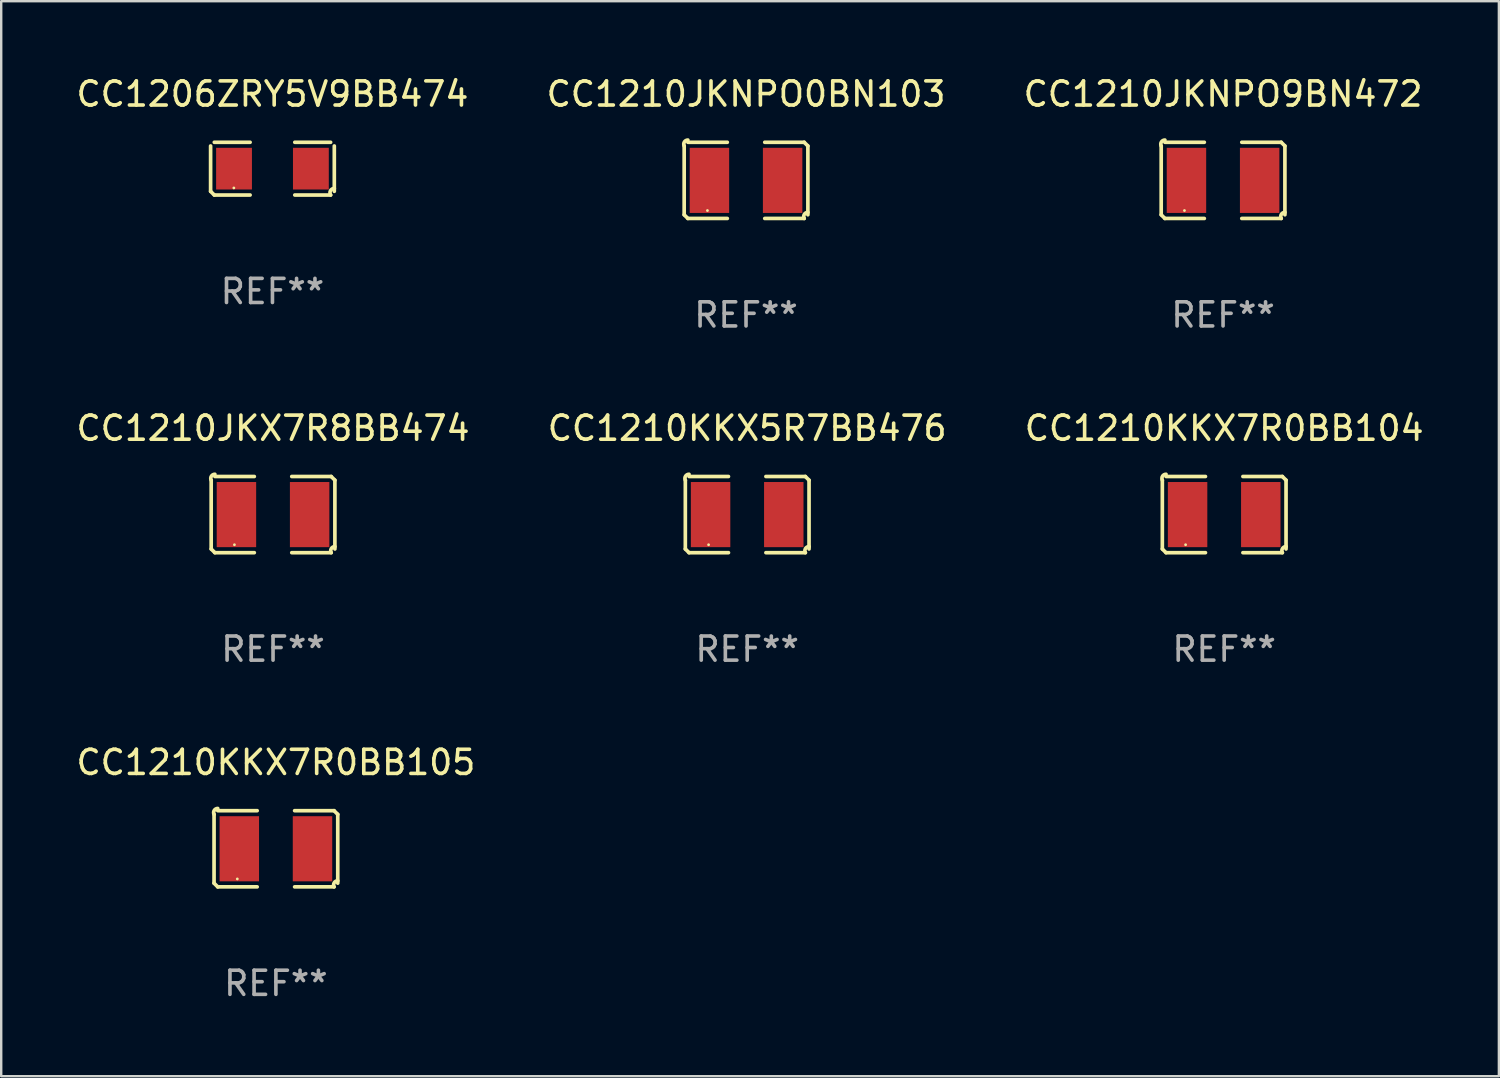
<source format=kicad_pcb>
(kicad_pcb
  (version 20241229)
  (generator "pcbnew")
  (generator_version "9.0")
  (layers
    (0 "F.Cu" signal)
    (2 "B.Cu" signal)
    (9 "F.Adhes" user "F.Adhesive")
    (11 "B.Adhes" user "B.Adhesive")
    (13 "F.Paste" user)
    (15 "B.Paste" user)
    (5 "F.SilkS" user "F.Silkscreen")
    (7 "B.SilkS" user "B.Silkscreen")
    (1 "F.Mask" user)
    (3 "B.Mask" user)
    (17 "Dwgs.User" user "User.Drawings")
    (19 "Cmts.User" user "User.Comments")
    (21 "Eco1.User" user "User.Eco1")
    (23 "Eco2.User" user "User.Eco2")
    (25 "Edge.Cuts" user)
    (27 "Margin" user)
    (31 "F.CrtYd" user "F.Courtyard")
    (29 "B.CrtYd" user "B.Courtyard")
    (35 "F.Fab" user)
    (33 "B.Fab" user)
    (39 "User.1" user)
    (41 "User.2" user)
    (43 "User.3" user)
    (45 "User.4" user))
  (footprint "CC1210KKX7R0BB104"
    (layer "F.Cu")
    (at 47.696 18.281)
    (property "Reference" "CC1210KKX7R0BB104" (at 0 -3.579 0) (layer "F.SilkS") (effects (font (size 1 1) (thickness 0.15))))
    (attr through_hole)
    (fp_line (start -2.564 1.426) (end -2.564 -1.426) (stroke (width 0.152) (type solid)) (layer "F.SilkS"))
    (fp_line (start -2.411 -1.579) (end -0.776 -1.579) (stroke (width 0.152) (type solid)) (layer "F.SilkS"))
    (fp_line (start -0.776 1.579) (end -2.411 1.579) (stroke (width 0.152) (type solid)) (layer "F.SilkS"))
    (fp_line (start 0.776 1.579) (end 2.411 1.579) (stroke (width 0.152) (type solid)) (layer "F.SilkS"))
    (fp_line (start 2.411 -1.579) (end 0.776 -1.579) (stroke (width 0.152) (type solid)) (layer "F.SilkS"))
    (fp_line (start 2.564 1.426) (end 2.564 -1.426) (stroke (width 0.152) (type solid)) (layer "F.SilkS"))
    (fp_arc (start -2.563602 -1.426213) (mid -2.555597 -1.591233) (end -2.411201 -1.671518) (stroke (width 0.1524) (type solid)) (layer "F.SilkS"))
    (fp_arc (start -2.5636 1.426214) (mid -2.487389 1.502402) (end -2.411201 1.578613) (stroke (width 0.1524) (type solid)) (layer "F.SilkS"))
    (fp_arc (start 2.411197 -1.578618) (mid 2.487403 -1.502419) (end 2.563602 -1.426213) (stroke (width 0.1524) (type solid)) (layer "F.SilkS"))
    (fp_arc (start 2.411201 1.578613) (mid 2.416214 1.409455) (end 2.563602 1.32629) (stroke (width 0.1524) (type solid)) (layer "F.SilkS"))
    (fp_circle (center -1.6 1.25) (end -1.57 1.25) (stroke (width 0.06) (type solid)) (fill no) (layer "F.SilkS"))
    (fp_text user "REF**" (at 0 5.579 0) (layer "F.Fab") (effects (font (size 1 1) (thickness 0.15))))
    (pad "1" smd rect (at -1.517 0) (size 1.635 2.7) (layers "F.Cu" "F.Mask" "F.Paste"))
    (pad "2" smd rect (at 1.517 0) (size 1.635 2.7) (layers "F.Cu" "F.Mask" "F.Paste")))
  (footprint "CC1210JKNPO9BN472"
    (layer "F.Cu")
    (at 47.649 4.427)
    (property "Reference" "CC1210JKNPO9BN472" (at 0 -3.579 0) (layer "F.SilkS") (effects (font (size 1 1) (thickness 0.15))))
    (attr through_hole)
    (fp_line (start -2.564 1.426) (end -2.564 -1.426) (stroke (width 0.152) (type solid)) (layer "F.SilkS"))
    (fp_line (start -2.411 -1.579) (end -0.776 -1.579) (stroke (width 0.152) (type solid)) (layer "F.SilkS"))
    (fp_line (start -0.776 1.579) (end -2.411 1.579) (stroke (width 0.152) (type solid)) (layer "F.SilkS"))
    (fp_line (start 0.776 1.579) (end 2.411 1.579) (stroke (width 0.152) (type solid)) (layer "F.SilkS"))
    (fp_line (start 2.411 -1.579) (end 0.776 -1.579) (stroke (width 0.152) (type solid)) (layer "F.SilkS"))
    (fp_line (start 2.564 1.426) (end 2.564 -1.426) (stroke (width 0.152) (type solid)) (layer "F.SilkS"))
    (fp_arc (start -2.563602 -1.426213) (mid -2.555597 -1.591233) (end -2.411201 -1.671518) (stroke (width 0.1524) (type solid)) (layer "F.SilkS"))
    (fp_arc (start -2.5636 1.426214) (mid -2.487389 1.502402) (end -2.411201 1.578613) (stroke (width 0.1524) (type solid)) (layer "F.SilkS"))
    (fp_arc (start 2.411197 -1.578618) (mid 2.487403 -1.502419) (end 2.563602 -1.426213) (stroke (width 0.1524) (type solid)) (layer "F.SilkS"))
    (fp_arc (start 2.411201 1.578613) (mid 2.416214 1.409455) (end 2.563602 1.32629) (stroke (width 0.1524) (type solid)) (layer "F.SilkS"))
    (fp_circle (center -1.6 1.25) (end -1.57 1.25) (stroke (width 0.06) (type solid)) (fill no) (layer "F.SilkS"))
    (fp_text user "REF**" (at 0 5.579 0) (layer "F.Fab") (effects (font (size 1 1) (thickness 0.15))))
    (pad "1" smd rect (at -1.517 0) (size 1.635 2.7) (layers "F.Cu" "F.Mask" "F.Paste"))
    (pad "2" smd rect (at 1.517 0) (size 1.635 2.7) (layers "F.Cu" "F.Mask" "F.Paste")))
  (footprint "CC1210JKX7R8BB474"
    (layer "F.Cu")
    (at 8.268 18.281)
    (property "Reference" "CC1210JKX7R8BB474" (at 0 -3.579 0) (layer "F.SilkS") (effects (font (size 1 1) (thickness 0.15))))
    (attr through_hole)
    (fp_line (start -2.564 1.426) (end -2.564 -1.426) (stroke (width 0.152) (type solid)) (layer "F.SilkS"))
    (fp_line (start -2.411 -1.579) (end -0.776 -1.579) (stroke (width 0.152) (type solid)) (layer "F.SilkS"))
    (fp_line (start -0.776 1.579) (end -2.411 1.579) (stroke (width 0.152) (type solid)) (layer "F.SilkS"))
    (fp_line (start 0.776 1.579) (end 2.411 1.579) (stroke (width 0.152) (type solid)) (layer "F.SilkS"))
    (fp_line (start 2.411 -1.579) (end 0.776 -1.579) (stroke (width 0.152) (type solid)) (layer "F.SilkS"))
    (fp_line (start 2.564 1.426) (end 2.564 -1.426) (stroke (width 0.152) (type solid)) (layer "F.SilkS"))
    (fp_arc (start -2.563602 -1.426213) (mid -2.555597 -1.591233) (end -2.411201 -1.671518) (stroke (width 0.1524) (type solid)) (layer "F.SilkS"))
    (fp_arc (start -2.5636 1.426214) (mid -2.487389 1.502402) (end -2.411201 1.578613) (stroke (width 0.1524) (type solid)) (layer "F.SilkS"))
    (fp_arc (start 2.411197 -1.578618) (mid 2.487403 -1.502419) (end 2.563602 -1.426213) (stroke (width 0.1524) (type solid)) (layer "F.SilkS"))
    (fp_arc (start 2.411201 1.578613) (mid 2.416214 1.409455) (end 2.563602 1.32629) (stroke (width 0.1524) (type solid)) (layer "F.SilkS"))
    (fp_circle (center -1.6 1.25) (end -1.57 1.25) (stroke (width 0.06) (type solid)) (fill no) (layer "F.SilkS"))
    (fp_text user "REF**" (at 0 5.579 0) (layer "F.Fab") (effects (font (size 1 1) (thickness 0.15))))
    (pad "1" smd rect (at -1.517 0) (size 1.635 2.7) (layers "F.Cu" "F.Mask" "F.Paste"))
    (pad "2" smd rect (at 1.517 0) (size 1.635 2.7) (layers "F.Cu" "F.Mask" "F.Paste")))
  (footprint "CC1210KKX5R7BB476"
    (layer "F.Cu")
    (at 27.923 18.281)
    (property "Reference" "CC1210KKX5R7BB476" (at 0 -3.579 0) (layer "F.SilkS") (effects (font (size 1 1) (thickness 0.15))))
    (attr through_hole)
    (fp_line (start -2.564 1.426) (end -2.564 -1.426) (stroke (width 0.152) (type solid)) (layer "F.SilkS"))
    (fp_line (start -2.411 -1.579) (end -0.776 -1.579) (stroke (width 0.152) (type solid)) (layer "F.SilkS"))
    (fp_line (start -0.776 1.579) (end -2.411 1.579) (stroke (width 0.152) (type solid)) (layer "F.SilkS"))
    (fp_line (start 0.776 1.579) (end 2.411 1.579) (stroke (width 0.152) (type solid)) (layer "F.SilkS"))
    (fp_line (start 2.411 -1.579) (end 0.776 -1.579) (stroke (width 0.152) (type solid)) (layer "F.SilkS"))
    (fp_line (start 2.564 1.426) (end 2.564 -1.426) (stroke (width 0.152) (type solid)) (layer "F.SilkS"))
    (fp_arc (start -2.563602 -1.426213) (mid -2.555597 -1.591233) (end -2.411201 -1.671518) (stroke (width 0.1524) (type solid)) (layer "F.SilkS"))
    (fp_arc (start -2.5636 1.426214) (mid -2.487389 1.502402) (end -2.411201 1.578613) (stroke (width 0.1524) (type solid)) (layer "F.SilkS"))
    (fp_arc (start 2.411197 -1.578618) (mid 2.487403 -1.502419) (end 2.563602 -1.426213) (stroke (width 0.1524) (type solid)) (layer "F.SilkS"))
    (fp_arc (start 2.411201 1.578613) (mid 2.416214 1.409455) (end 2.563602 1.32629) (stroke (width 0.1524) (type solid)) (layer "F.SilkS"))
    (fp_circle (center -1.6 1.25) (end -1.57 1.25) (stroke (width 0.06) (type solid)) (fill no) (layer "F.SilkS"))
    (fp_text user "REF**" (at 0 5.579 0) (layer "F.Fab") (effects (font (size 1 1) (thickness 0.15))))
    (pad "1" smd rect (at -1.517 0) (size 1.635 2.7) (layers "F.Cu" "F.Mask" "F.Paste"))
    (pad "2" smd rect (at 1.517 0) (size 1.635 2.7) (layers "F.Cu" "F.Mask" "F.Paste")))
  (footprint "CC1210KKX7R0BB105"
    (layer "F.Cu")
    (at 8.387 32.134)
    (property "Reference" "CC1210KKX7R0BB105" (at 0 -3.579 0) (layer "F.SilkS") (effects (font (size 1 1) (thickness 0.15))))
    (attr through_hole)
    (fp_line (start -2.564 1.426) (end -2.564 -1.426) (stroke (width 0.152) (type solid)) (layer "F.SilkS"))
    (fp_line (start -2.411 -1.579) (end -0.776 -1.579) (stroke (width 0.152) (type solid)) (layer "F.SilkS"))
    (fp_line (start -0.776 1.579) (end -2.411 1.579) (stroke (width 0.152) (type solid)) (layer "F.SilkS"))
    (fp_line (start 0.776 1.579) (end 2.411 1.579) (stroke (width 0.152) (type solid)) (layer "F.SilkS"))
    (fp_line (start 2.411 -1.579) (end 0.776 -1.579) (stroke (width 0.152) (type solid)) (layer "F.SilkS"))
    (fp_line (start 2.564 1.426) (end 2.564 -1.426) (stroke (width 0.152) (type solid)) (layer "F.SilkS"))
    (fp_arc (start -2.563602 -1.426213) (mid -2.555597 -1.591233) (end -2.411201 -1.671518) (stroke (width 0.1524) (type solid)) (layer "F.SilkS"))
    (fp_arc (start -2.5636 1.426214) (mid -2.487389 1.502402) (end -2.411201 1.578613) (stroke (width 0.1524) (type solid)) (layer "F.SilkS"))
    (fp_arc (start 2.411197 -1.578618) (mid 2.487403 -1.502419) (end 2.563602 -1.426213) (stroke (width 0.1524) (type solid)) (layer "F.SilkS"))
    (fp_arc (start 2.411201 1.578613) (mid 2.416214 1.409455) (end 2.563602 1.32629) (stroke (width 0.1524) (type solid)) (layer "F.SilkS"))
    (fp_circle (center -1.6 1.25) (end -1.57 1.25) (stroke (width 0.06) (type solid)) (fill no) (layer "F.SilkS"))
    (fp_text user "REF**" (at 0 5.579 0) (layer "F.Fab") (effects (font (size 1 1) (thickness 0.15))))
    (pad "1" smd rect (at -1.517 0) (size 1.635 2.7) (layers "F.Cu" "F.Mask" "F.Paste"))
    (pad "2" smd rect (at 1.517 0) (size 1.635 2.7) (layers "F.Cu" "F.Mask" "F.Paste")))
  (footprint "CC1206ZRY5V9BB474"
    (layer "F.Cu")
    (at 8.244 3.941)
    (property "Reference" "CC1206ZRY5V9BB474" (at 0 -3.093 0) (layer "F.SilkS") (effects (font (size 1 1) (thickness 0.15))))
    (attr through_hole)
    (fp_line (start -2.564 0.94) (end -2.564 -0.94) (stroke (width 0.152) (type solid)) (layer "F.SilkS"))
    (fp_line (start -2.411 -1.093) (end -0.926 -1.093) (stroke (width 0.152) (type solid)) (layer "F.SilkS"))
    (fp_line (start -0.926 1.093) (end -2.411 1.093) (stroke (width 0.152) (type solid)) (layer "F.SilkS"))
    (fp_line (start 0.926 1.093) (end 2.411 1.093) (stroke (width 0.152) (type solid)) (layer "F.SilkS"))
    (fp_line (start 2.411 -1.093) (end 0.926 -1.093) (stroke (width 0.152) (type solid)) (layer "F.SilkS"))
    (fp_line (start 2.564 0.94) (end 2.564 -0.94) (stroke (width 0.152) (type solid)) (layer "F.SilkS"))
    (fp_arc (start -2.411201 1.092609) (mid -2.487413 1.01642) (end -2.563602 0.940208) (stroke (width 0.1524) (type solid)) (layer "F.SilkS"))
    (fp_arc (start 2.411201 1.092609) (mid 2.407159 0.911226) (end 2.563602 0.819347) (stroke (width 0.1524) (type solid)) (layer "F.SilkS"))
    (fp_circle (center -1.6 0.8) (end -1.57 0.8) (stroke (width 0.06) (type solid)) (fill no) (layer "F.SilkS"))
    (fp_text user "REF**" (at 0 5.093 0) (layer "F.Fab") (effects (font (size 1 1) (thickness 0.15))))
    (pad "1" smd rect (at -1.593 0) (size 1.485 1.728) (layers "F.Cu" "F.Mask" "F.Paste"))
    (pad "2" smd rect (at 1.593 0) (size 1.485 1.728) (layers "F.Cu" "F.Mask" "F.Paste")))
  (footprint "CC1210JKNPO0BN103"
    (layer "F.Cu")
    (at 27.875 4.427)
    (property "Reference" "CC1210JKNPO0BN103" (at 0 -3.579 0) (layer "F.SilkS") (effects (font (size 1 1) (thickness 0.15))))
    (attr through_hole)
    (fp_line (start -2.564 1.426) (end -2.564 -1.426) (stroke (width 0.152) (type solid)) (layer "F.SilkS"))
    (fp_line (start -2.411 -1.579) (end -0.776 -1.579) (stroke (width 0.152) (type solid)) (layer "F.SilkS"))
    (fp_line (start -0.776 1.579) (end -2.411 1.579) (stroke (width 0.152) (type solid)) (layer "F.SilkS"))
    (fp_line (start 0.776 1.579) (end 2.411 1.579) (stroke (width 0.152) (type solid)) (layer "F.SilkS"))
    (fp_line (start 2.411 -1.579) (end 0.776 -1.579) (stroke (width 0.152) (type solid)) (layer "F.SilkS"))
    (fp_line (start 2.564 1.426) (end 2.564 -1.426) (stroke (width 0.152) (type solid)) (layer "F.SilkS"))
    (fp_arc (start -2.563602 -1.426213) (mid -2.555597 -1.591233) (end -2.411201 -1.671518) (stroke (width 0.1524) (type solid)) (layer "F.SilkS"))
    (fp_arc (start -2.5636 1.426214) (mid -2.487389 1.502402) (end -2.411201 1.578613) (stroke (width 0.1524) (type solid)) (layer "F.SilkS"))
    (fp_arc (start 2.411197 -1.578618) (mid 2.487403 -1.502419) (end 2.563602 -1.426213) (stroke (width 0.1524) (type solid)) (layer "F.SilkS"))
    (fp_arc (start 2.411201 1.578613) (mid 2.416214 1.409455) (end 2.563602 1.32629) (stroke (width 0.1524) (type solid)) (layer "F.SilkS"))
    (fp_circle (center -1.6 1.25) (end -1.57 1.25) (stroke (width 0.06) (type solid)) (fill no) (layer "F.SilkS"))
    (fp_text user "REF**" (at 0 5.579 0) (layer "F.Fab") (effects (font (size 1 1) (thickness 0.15))))
    (pad "1" smd rect (at -1.517 0) (size 1.635 2.7) (layers "F.Cu" "F.Mask" "F.Paste"))
    (pad "2" smd rect (at 1.517 0) (size 1.635 2.7) (layers "F.Cu" "F.Mask" "F.Paste")))
  (gr_rect
    (start -3 -3)
    (end 59.083 41.561)
    (stroke (width 0.1) (type default))
    (fill no)
    (layer "Edge.Cuts")))
</source>
